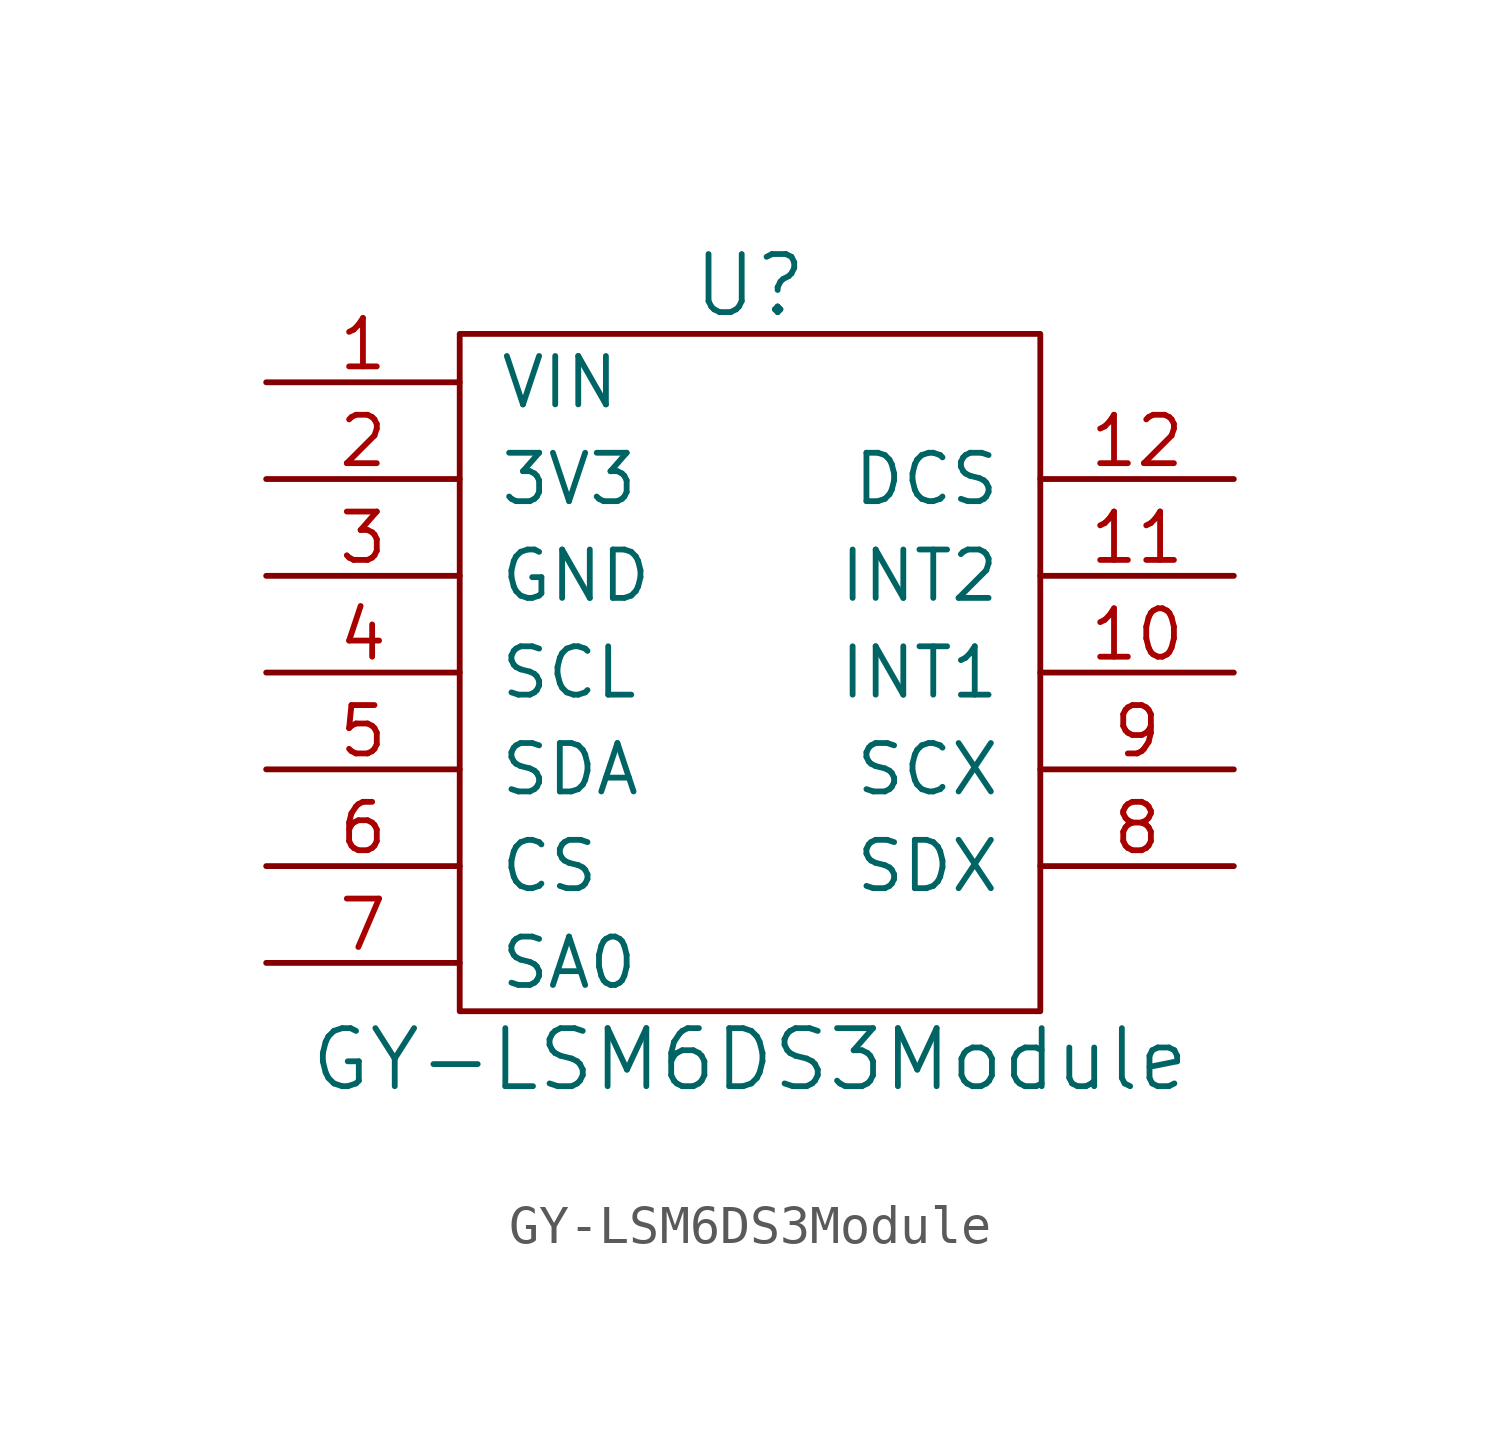
<source format=kicad_sym>
(kicad_symbol_lib
  (version 20220914)
  (generator kicad_symbol_editor)
  (symbol "GY-LSM6DS3Module"
    (pin_names
      (offset 1.016))
    (property "Reference" "U"
      (at 0 10.16 0)
      (effects (font (size 1.524 1.524))))
    (property "Value" "GY-LSM6DS3Module"
      (at 0 -10.16 0)
      (effects (font (size 1.524 1.524))))
    (property "Footprint" ""
      (at -3.81 -1.27 0)
      (effects (font (size 1.524 1.524))))
    (property "Datasheet" ""
      (at -3.81 -1.27 0)
      (effects (font (size 1.524 1.524))))
    (symbol "GY-LSM6DS3Module_0_1"
      (rectangle (start -7.62 8.89) (end 7.62 -8.89) (stroke (width 0) (type solid)) (fill (type none))))
    (symbol "GY-LSM6DS3Module_1_1"
      (pin input line (at -12.7 7.62 0) (length 5.08) (name "VIN" (effects (font (size 1.27 1.27)))) (number "1" (effects (font (size 1.27 1.27)))))
      (pin input line (at 12.7 0 180) (length 5.08) (name "INT1" (effects (font (size 1.27 1.27)))) (number "10" (effects (font (size 1.27 1.27)))))
      (pin input line (at 12.7 2.54 180) (length 5.08) (name "INT2" (effects (font (size 1.27 1.27)))) (number "11" (effects (font (size 1.27 1.27)))))
      (pin input line (at 12.7 5.08 180) (length 5.08) (name "DCS" (effects (font (size 1.27 1.27)))) (number "12" (effects (font (size 1.27 1.27)))))
      (pin input line (at -12.7 5.08 0) (length 5.08) (name "3V3" (effects (font (size 1.27 1.27)))) (number "2" (effects (font (size 1.27 1.27)))))
      (pin input line (at -12.7 2.54 0) (length 5.08) (name "GND" (effects (font (size 1.27 1.27)))) (number "3" (effects (font (size 1.27 1.27)))))
      (pin input line (at -12.7 0 0) (length 5.08) (name "SCL" (effects (font (size 1.27 1.27)))) (number "4" (effects (font (size 1.27 1.27)))))
      (pin input line (at -12.7 -2.54 0) (length 5.08) (name "SDA" (effects (font (size 1.27 1.27)))) (number "5" (effects (font (size 1.27 1.27)))))
      (pin input line (at -12.7 -5.08 0) (length 5.08) (name "CS" (effects (font (size 1.27 1.27)))) (number "6" (effects (font (size 1.27 1.27)))))
      (pin input line (at -12.7 -7.62 0) (length 5.08) (name "SA0" (effects (font (size 1.27 1.27)))) (number "7" (effects (font (size 1.27 1.27)))))
      (pin input line (at 12.7 -5.08 180) (length 5.08) (name "SDX" (effects (font (size 1.27 1.27)))) (number "8" (effects (font (size 1.27 1.27)))))
      (pin input line (at 12.7 -2.54 180) (length 5.08) (name "SCX" (effects (font (size 1.27 1.27)))) (number "9" (effects (font (size 1.27 1.27))))))))
</source>
